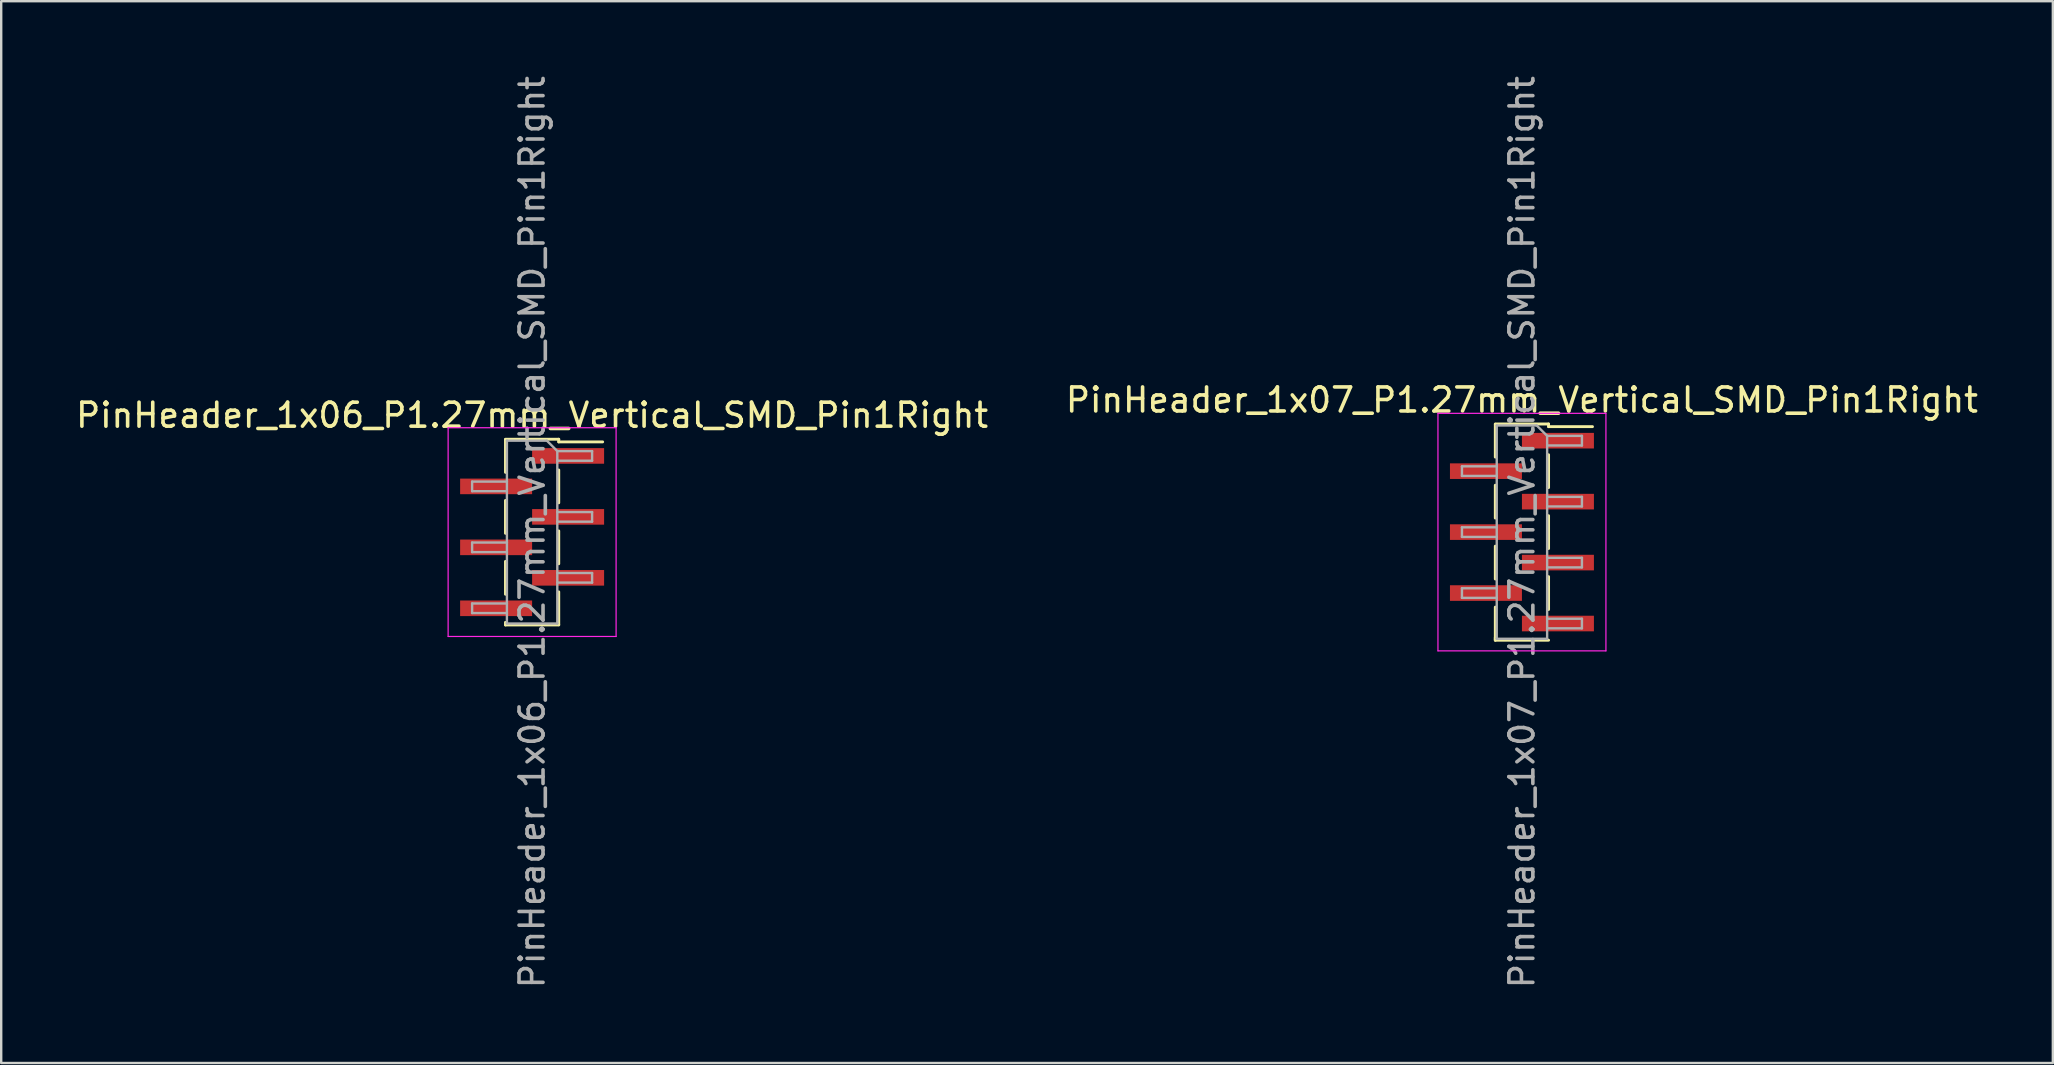
<source format=kicad_pcb>
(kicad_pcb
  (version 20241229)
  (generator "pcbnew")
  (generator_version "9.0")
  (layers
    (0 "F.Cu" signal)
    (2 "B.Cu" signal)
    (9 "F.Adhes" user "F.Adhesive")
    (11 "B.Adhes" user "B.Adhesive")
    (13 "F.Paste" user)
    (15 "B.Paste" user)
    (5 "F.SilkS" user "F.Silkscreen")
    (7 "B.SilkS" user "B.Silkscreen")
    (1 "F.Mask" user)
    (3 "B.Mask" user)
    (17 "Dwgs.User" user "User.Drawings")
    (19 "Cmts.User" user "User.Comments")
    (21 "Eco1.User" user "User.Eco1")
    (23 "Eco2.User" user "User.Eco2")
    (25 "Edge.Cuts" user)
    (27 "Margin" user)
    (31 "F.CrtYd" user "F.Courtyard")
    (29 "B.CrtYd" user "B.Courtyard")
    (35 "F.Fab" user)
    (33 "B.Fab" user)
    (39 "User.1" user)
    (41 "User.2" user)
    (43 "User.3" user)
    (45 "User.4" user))
  (footprint "PinHeader_1x07_P1.27mm_Vertical_SMD_Pin1Right"
    (layer "F.Cu")
    (at 60.375 19.125)
    (property "Reference" "PinHeader_1x07_P1.27mm_Vertical_SMD_Pin1Right" (at 0 -5.505 0) (layer "F.SilkS") (effects (font (size 1 1) (thickness 0.15))))
    (attr smd)
    (fp_line (start -1.11 -4.505) (end 1.11 -4.505) (stroke (width 0.12) (type solid)) (layer "F.SilkS"))
    (fp_line (start -1.11 -4.495) (end -1.11 -3.125) (stroke (width 0.12) (type solid)) (layer "F.SilkS"))
    (fp_line (start -1.11 -1.955) (end -1.11 -0.585) (stroke (width 0.12) (type solid)) (layer "F.SilkS"))
    (fp_line (start -1.11 0.585) (end -1.11 1.955) (stroke (width 0.12) (type solid)) (layer "F.SilkS"))
    (fp_line (start -1.11 3.125) (end -1.11 4.495) (stroke (width 0.12) (type solid)) (layer "F.SilkS"))
    (fp_line (start -1.11 4.395) (end -1.11 4.505) (stroke (width 0.12) (type solid)) (layer "F.SilkS"))
    (fp_line (start -1.11 4.505) (end 1.11 4.505) (stroke (width 0.12) (type solid)) (layer "F.SilkS"))
    (fp_line (start 1.11 -4.505) (end 1.11 -4.395) (stroke (width 0.12) (type solid)) (layer "F.SilkS"))
    (fp_line (start 1.11 -4.395) (end 2.94 -4.395) (stroke (width 0.12) (type solid)) (layer "F.SilkS"))
    (fp_line (start 1.11 -3.225) (end 1.11 -1.855) (stroke (width 0.12) (type solid)) (layer "F.SilkS"))
    (fp_line (start 1.11 -0.685) (end 1.11 0.685) (stroke (width 0.12) (type solid)) (layer "F.SilkS"))
    (fp_line (start 1.11 1.855) (end 1.11 3.225) (stroke (width 0.12) (type solid)) (layer "F.SilkS"))
    (fp_line (start -3.5 -4.95) (end -3.5 4.95) (stroke (width 0.05) (type solid)) (layer "F.CrtYd"))
    (fp_line (start -3.5 4.95) (end 3.5 4.95) (stroke (width 0.05) (type solid)) (layer "F.CrtYd"))
    (fp_line (start 3.5 -4.95) (end -3.5 -4.95) (stroke (width 0.05) (type solid)) (layer "F.CrtYd"))
    (fp_line (start 3.5 4.95) (end 3.5 -4.95) (stroke (width 0.05) (type solid)) (layer "F.CrtYd"))
    (fp_line (start -2.5 -2.74) (end -2.5 -2.34) (stroke (width 0.1) (type solid)) (layer "F.Fab"))
    (fp_line (start -2.5 -2.34) (end -1.05 -2.34) (stroke (width 0.1) (type solid)) (layer "F.Fab"))
    (fp_line (start -2.5 -0.2) (end -2.5 0.2) (stroke (width 0.1) (type solid)) (layer "F.Fab"))
    (fp_line (start -2.5 0.2) (end -1.05 0.2) (stroke (width 0.1) (type solid)) (layer "F.Fab"))
    (fp_line (start -2.5 2.34) (end -2.5 2.74) (stroke (width 0.1) (type solid)) (layer "F.Fab"))
    (fp_line (start -2.5 2.74) (end -1.05 2.74) (stroke (width 0.1) (type solid)) (layer "F.Fab"))
    (fp_line (start -1.05 -4.445) (end -1.05 4.445) (stroke (width 0.1) (type solid)) (layer "F.Fab"))
    (fp_line (start -1.05 -4.445) (end 0.615 -4.445) (stroke (width 0.1) (type solid)) (layer "F.Fab"))
    (fp_line (start -1.05 -2.74) (end -2.5 -2.74) (stroke (width 0.1) (type solid)) (layer "F.Fab"))
    (fp_line (start -1.05 -0.2) (end -2.5 -0.2) (stroke (width 0.1) (type solid)) (layer "F.Fab"))
    (fp_line (start -1.05 2.34) (end -2.5 2.34) (stroke (width 0.1) (type solid)) (layer "F.Fab"))
    (fp_line (start 1.05 -4.01) (end 0.615 -4.445) (stroke (width 0.1) (type solid)) (layer "F.Fab"))
    (fp_line (start 1.05 -4.01) (end 2.5 -4.01) (stroke (width 0.1) (type solid)) (layer "F.Fab"))
    (fp_line (start 1.05 -1.47) (end 2.5 -1.47) (stroke (width 0.1) (type solid)) (layer "F.Fab"))
    (fp_line (start 1.05 1.07) (end 2.5 1.07) (stroke (width 0.1) (type solid)) (layer "F.Fab"))
    (fp_line (start 1.05 3.61) (end 2.5 3.61) (stroke (width 0.1) (type solid)) (layer "F.Fab"))
    (fp_line (start 1.05 4.445) (end -1.05 4.445) (stroke (width 0.1) (type solid)) (layer "F.Fab"))
    (fp_line (start 1.05 4.445) (end 1.05 -4.01) (stroke (width 0.1) (type solid)) (layer "F.Fab"))
    (fp_line (start 2.5 -4.01) (end 2.5 -3.61) (stroke (width 0.1) (type solid)) (layer "F.Fab"))
    (fp_line (start 2.5 -3.61) (end 1.05 -3.61) (stroke (width 0.1) (type solid)) (layer "F.Fab"))
    (fp_line (start 2.5 -1.47) (end 2.5 -1.07) (stroke (width 0.1) (type solid)) (layer "F.Fab"))
    (fp_line (start 2.5 -1.07) (end 1.05 -1.07) (stroke (width 0.1) (type solid)) (layer "F.Fab"))
    (fp_line (start 2.5 1.07) (end 2.5 1.47) (stroke (width 0.1) (type solid)) (layer "F.Fab"))
    (fp_line (start 2.5 1.47) (end 1.05 1.47) (stroke (width 0.1) (type solid)) (layer "F.Fab"))
    (fp_line (start 2.5 3.61) (end 2.5 4.01) (stroke (width 0.1) (type solid)) (layer "F.Fab"))
    (fp_line (start 2.5 4.01) (end 1.05 4.01) (stroke (width 0.1) (type solid)) (layer "F.Fab"))
    (fp_text user "${REFERENCE}" (at 0 0 90) (layer "F.Fab") (effects (font (size 1 1) (thickness 0.15))))
    (pad "1" smd rect (at 1.5 -3.81) (size 3 0.65) (layers "F.Cu" "F.Mask" "F.Paste"))
    (pad "2" smd rect (at -1.5 -2.54) (size 3 0.65) (layers "F.Cu" "F.Mask" "F.Paste"))
    (pad "3" smd rect (at 1.5 -1.27) (size 3 0.65) (layers "F.Cu" "F.Mask" "F.Paste"))
    (pad "4" smd rect (at -1.5 0) (size 3 0.65) (layers "F.Cu" "F.Mask" "F.Paste"))
    (pad "5" smd rect (at 1.5 1.27) (size 3 0.65) (layers "F.Cu" "F.Mask" "F.Paste"))
    (pad "6" smd rect (at -1.5 2.54) (size 3 0.65) (layers "F.Cu" "F.Mask" "F.Paste"))
    (pad "7" smd rect (at 1.5 3.81) (size 3 0.65) (layers "F.Cu" "F.Mask" "F.Paste")))
  (footprint "PinHeader_1x06_P1.27mm_Vertical_SMD_Pin1Right"
    (layer "F.Cu")
    (at 19.125 19.125)
    (property "Reference" "PinHeader_1x06_P1.27mm_Vertical_SMD_Pin1Right" (at 0 -4.87 0) (layer "F.SilkS") (effects (font (size 1 1) (thickness 0.15))))
    (attr smd)
    (fp_line (start -1.11 -3.87) (end 1.11 -3.87) (stroke (width 0.12) (type solid)) (layer "F.SilkS"))
    (fp_line (start -1.11 -3.86) (end -1.11 -2.49) (stroke (width 0.12) (type solid)) (layer "F.SilkS"))
    (fp_line (start -1.11 -1.32) (end -1.11 0.05) (stroke (width 0.12) (type solid)) (layer "F.SilkS"))
    (fp_line (start -1.11 1.22) (end -1.11 2.59) (stroke (width 0.12) (type solid)) (layer "F.SilkS"))
    (fp_line (start -1.11 3.76) (end -1.11 3.87) (stroke (width 0.12) (type solid)) (layer "F.SilkS"))
    (fp_line (start -1.11 3.87) (end 1.11 3.87) (stroke (width 0.12) (type solid)) (layer "F.SilkS"))
    (fp_line (start 1.11 -3.87) (end 1.11 -3.76) (stroke (width 0.12) (type solid)) (layer "F.SilkS"))
    (fp_line (start 1.11 -3.76) (end 2.94 -3.76) (stroke (width 0.12) (type solid)) (layer "F.SilkS"))
    (fp_line (start 1.11 -2.59) (end 1.11 -1.22) (stroke (width 0.12) (type solid)) (layer "F.SilkS"))
    (fp_line (start 1.11 -0.05) (end 1.11 1.32) (stroke (width 0.12) (type solid)) (layer "F.SilkS"))
    (fp_line (start 1.11 2.49) (end 1.11 3.86) (stroke (width 0.12) (type solid)) (layer "F.SilkS"))
    (fp_line (start -3.5 -4.35) (end -3.5 4.35) (stroke (width 0.05) (type solid)) (layer "F.CrtYd"))
    (fp_line (start -3.5 4.35) (end 3.5 4.35) (stroke (width 0.05) (type solid)) (layer "F.CrtYd"))
    (fp_line (start 3.5 -4.35) (end -3.5 -4.35) (stroke (width 0.05) (type solid)) (layer "F.CrtYd"))
    (fp_line (start 3.5 4.35) (end 3.5 -4.35) (stroke (width 0.05) (type solid)) (layer "F.CrtYd"))
    (fp_line (start -2.5 -2.105) (end -2.5 -1.705) (stroke (width 0.1) (type solid)) (layer "F.Fab"))
    (fp_line (start -2.5 -1.705) (end -1.05 -1.705) (stroke (width 0.1) (type solid)) (layer "F.Fab"))
    (fp_line (start -2.5 0.435) (end -2.5 0.835) (stroke (width 0.1) (type solid)) (layer "F.Fab"))
    (fp_line (start -2.5 0.835) (end -1.05 0.835) (stroke (width 0.1) (type solid)) (layer "F.Fab"))
    (fp_line (start -2.5 2.975) (end -2.5 3.375) (stroke (width 0.1) (type solid)) (layer "F.Fab"))
    (fp_line (start -2.5 3.375) (end -1.05 3.375) (stroke (width 0.1) (type solid)) (layer "F.Fab"))
    (fp_line (start -1.05 -3.81) (end -1.05 3.81) (stroke (width 0.1) (type solid)) (layer "F.Fab"))
    (fp_line (start -1.05 -3.81) (end 0.615 -3.81) (stroke (width 0.1) (type solid)) (layer "F.Fab"))
    (fp_line (start -1.05 -2.105) (end -2.5 -2.105) (stroke (width 0.1) (type solid)) (layer "F.Fab"))
    (fp_line (start -1.05 0.435) (end -2.5 0.435) (stroke (width 0.1) (type solid)) (layer "F.Fab"))
    (fp_line (start -1.05 2.975) (end -2.5 2.975) (stroke (width 0.1) (type solid)) (layer "F.Fab"))
    (fp_line (start 1.05 -3.375) (end 0.615 -3.81) (stroke (width 0.1) (type solid)) (layer "F.Fab"))
    (fp_line (start 1.05 -3.375) (end 2.5 -3.375) (stroke (width 0.1) (type solid)) (layer "F.Fab"))
    (fp_line (start 1.05 -0.835) (end 2.5 -0.835) (stroke (width 0.1) (type solid)) (layer "F.Fab"))
    (fp_line (start 1.05 1.705) (end 2.5 1.705) (stroke (width 0.1) (type solid)) (layer "F.Fab"))
    (fp_line (start 1.05 3.81) (end -1.05 3.81) (stroke (width 0.1) (type solid)) (layer "F.Fab"))
    (fp_line (start 1.05 3.81) (end 1.05 -3.375) (stroke (width 0.1) (type solid)) (layer "F.Fab"))
    (fp_line (start 2.5 -3.375) (end 2.5 -2.975) (stroke (width 0.1) (type solid)) (layer "F.Fab"))
    (fp_line (start 2.5 -2.975) (end 1.05 -2.975) (stroke (width 0.1) (type solid)) (layer "F.Fab"))
    (fp_line (start 2.5 -0.835) (end 2.5 -0.435) (stroke (width 0.1) (type solid)) (layer "F.Fab"))
    (fp_line (start 2.5 -0.435) (end 1.05 -0.435) (stroke (width 0.1) (type solid)) (layer "F.Fab"))
    (fp_line (start 2.5 1.705) (end 2.5 2.105) (stroke (width 0.1) (type solid)) (layer "F.Fab"))
    (fp_line (start 2.5 2.105) (end 1.05 2.105) (stroke (width 0.1) (type solid)) (layer "F.Fab"))
    (fp_text user "${REFERENCE}" (at 0 0 90) (layer "F.Fab") (effects (font (size 1 1) (thickness 0.15))))
    (pad "1" smd rect (at 1.5 -3.175) (size 3 0.65) (layers "F.Cu" "F.Mask" "F.Paste"))
    (pad "2" smd rect (at -1.5 -1.905) (size 3 0.65) (layers "F.Cu" "F.Mask" "F.Paste"))
    (pad "3" smd rect (at 1.5 -0.635) (size 3 0.65) (layers "F.Cu" "F.Mask" "F.Paste"))
    (pad "4" smd rect (at -1.5 0.635) (size 3 0.65) (layers "F.Cu" "F.Mask" "F.Paste"))
    (pad "5" smd rect (at 1.5 1.905) (size 3 0.65) (layers "F.Cu" "F.Mask" "F.Paste"))
    (pad "6" smd rect (at -1.5 3.175) (size 3 0.65) (layers "F.Cu" "F.Mask" "F.Paste")))
  (gr_rect
    (start -3 -3)
    (end 82.5 41.25)
    (stroke (width 0.1) (type default))
    (fill no)
    (layer "Edge.Cuts")))
</source>
